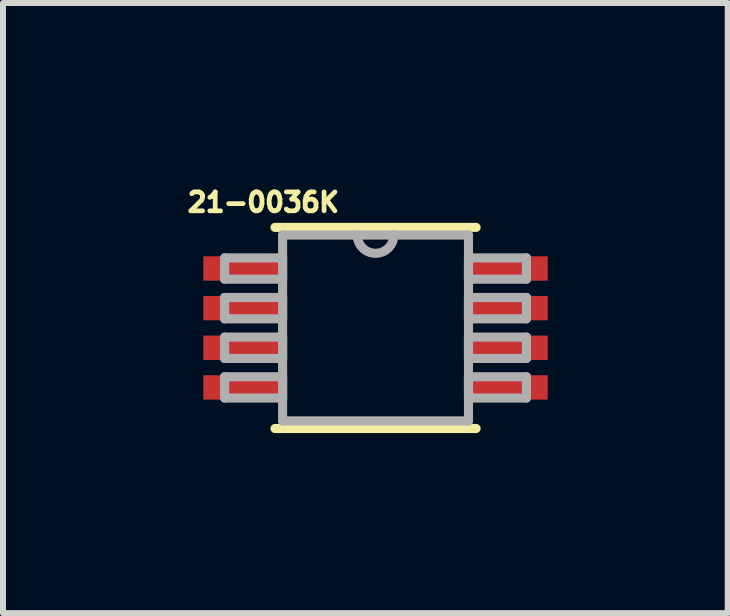
<source format=kicad_pcb>
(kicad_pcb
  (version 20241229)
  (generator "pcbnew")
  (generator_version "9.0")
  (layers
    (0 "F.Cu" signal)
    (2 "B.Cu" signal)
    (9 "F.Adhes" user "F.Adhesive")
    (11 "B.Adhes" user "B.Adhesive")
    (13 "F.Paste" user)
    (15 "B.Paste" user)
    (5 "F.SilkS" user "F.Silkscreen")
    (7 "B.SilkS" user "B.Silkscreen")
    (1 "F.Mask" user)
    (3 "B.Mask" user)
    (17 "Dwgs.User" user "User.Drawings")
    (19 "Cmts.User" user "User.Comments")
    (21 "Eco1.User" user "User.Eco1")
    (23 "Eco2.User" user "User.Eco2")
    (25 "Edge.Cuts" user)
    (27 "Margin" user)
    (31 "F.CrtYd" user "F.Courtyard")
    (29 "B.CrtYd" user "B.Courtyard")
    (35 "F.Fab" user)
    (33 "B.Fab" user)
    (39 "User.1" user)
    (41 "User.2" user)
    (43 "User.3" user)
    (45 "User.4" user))
  (footprint "21-0036K"
    (layer "F.Cu")
    (at 3.209 2.416)
    (property "Reference" "21-0036K" (at -1.87 -2.094 0) (layer "F.SilkS") (effects (font (size 0.315 0.315) (thickness 0.15))))
    (attr through_hole)
    (fp_line (start -1.676 1.676) (end 1.676 1.676) (stroke (width 0.152) (type solid)) (layer "F.SilkS"))
    (fp_line (start 1.676 -1.676) (end -1.676 -1.676) (stroke (width 0.152) (type solid)) (layer "F.SilkS"))
    (fp_line (start -2.515 -1.168) (end -2.515 -0.813) (stroke (width 0.152) (type solid)) (layer "F.Fab"))
    (fp_line (start -2.515 -0.813) (end -1.549 -0.813) (stroke (width 0.152) (type solid)) (layer "F.Fab"))
    (fp_line (start -2.515 -0.508) (end -2.515 -0.152) (stroke (width 0.152) (type solid)) (layer "F.Fab"))
    (fp_line (start -2.515 -0.152) (end -1.549 -0.152) (stroke (width 0.152) (type solid)) (layer "F.Fab"))
    (fp_line (start -2.515 0.152) (end -2.515 0.508) (stroke (width 0.152) (type solid)) (layer "F.Fab"))
    (fp_line (start -2.515 0.508) (end -1.549 0.508) (stroke (width 0.152) (type solid)) (layer "F.Fab"))
    (fp_line (start -2.515 0.813) (end -2.515 1.168) (stroke (width 0.152) (type solid)) (layer "F.Fab"))
    (fp_line (start -2.515 1.168) (end -1.549 1.168) (stroke (width 0.152) (type solid)) (layer "F.Fab"))
    (fp_line (start -1.549 -1.549) (end -1.549 1.549) (stroke (width 0.152) (type solid)) (layer "F.Fab"))
    (fp_line (start -1.549 -1.168) (end -2.515 -1.168) (stroke (width 0.152) (type solid)) (layer "F.Fab"))
    (fp_line (start -1.549 -0.813) (end -1.549 -1.168) (stroke (width 0.152) (type solid)) (layer "F.Fab"))
    (fp_line (start -1.549 -0.508) (end -2.515 -0.508) (stroke (width 0.152) (type solid)) (layer "F.Fab"))
    (fp_line (start -1.549 -0.152) (end -1.549 -0.508) (stroke (width 0.152) (type solid)) (layer "F.Fab"))
    (fp_line (start -1.549 0.152) (end -2.515 0.152) (stroke (width 0.152) (type solid)) (layer "F.Fab"))
    (fp_line (start -1.549 0.508) (end -1.549 0.152) (stroke (width 0.152) (type solid)) (layer "F.Fab"))
    (fp_line (start -1.549 0.813) (end -2.515 0.813) (stroke (width 0.152) (type solid)) (layer "F.Fab"))
    (fp_line (start -1.549 1.168) (end -1.549 0.813) (stroke (width 0.152) (type solid)) (layer "F.Fab"))
    (fp_line (start -1.549 1.549) (end 1.549 1.549) (stroke (width 0.152) (type solid)) (layer "F.Fab"))
    (fp_line (start -0.305 -1.549) (end -1.549 -1.549) (stroke (width 0.152) (type solid)) (layer "F.Fab"))
    (fp_line (start 0.305 -1.549) (end -0.305 -1.549) (stroke (width 0.152) (type solid)) (layer "F.Fab"))
    (fp_line (start 1.549 -1.549) (end 0.305 -1.549) (stroke (width 0.152) (type solid)) (layer "F.Fab"))
    (fp_line (start 1.549 -1.168) (end 1.549 -0.813) (stroke (width 0.152) (type solid)) (layer "F.Fab"))
    (fp_line (start 1.549 -0.813) (end 2.515 -0.813) (stroke (width 0.152) (type solid)) (layer "F.Fab"))
    (fp_line (start 1.549 -0.508) (end 1.549 -0.152) (stroke (width 0.152) (type solid)) (layer "F.Fab"))
    (fp_line (start 1.549 -0.152) (end 2.515 -0.152) (stroke (width 0.152) (type solid)) (layer "F.Fab"))
    (fp_line (start 1.549 0.152) (end 1.549 0.508) (stroke (width 0.152) (type solid)) (layer "F.Fab"))
    (fp_line (start 1.549 0.508) (end 2.515 0.508) (stroke (width 0.152) (type solid)) (layer "F.Fab"))
    (fp_line (start 1.549 0.813) (end 1.549 1.168) (stroke (width 0.152) (type solid)) (layer "F.Fab"))
    (fp_line (start 1.549 1.168) (end 2.515 1.168) (stroke (width 0.152) (type solid)) (layer "F.Fab"))
    (fp_line (start 1.549 1.549) (end 1.549 -1.549) (stroke (width 0.152) (type solid)) (layer "F.Fab"))
    (fp_line (start 2.515 -1.168) (end 1.549 -1.168) (stroke (width 0.152) (type solid)) (layer "F.Fab"))
    (fp_line (start 2.515 -0.813) (end 2.515 -1.168) (stroke (width 0.152) (type solid)) (layer "F.Fab"))
    (fp_line (start 2.515 -0.508) (end 1.549 -0.508) (stroke (width 0.152) (type solid)) (layer "F.Fab"))
    (fp_line (start 2.515 -0.152) (end 2.515 -0.508) (stroke (width 0.152) (type solid)) (layer "F.Fab"))
    (fp_line (start 2.515 0.152) (end 1.549 0.152) (stroke (width 0.152) (type solid)) (layer "F.Fab"))
    (fp_line (start 2.515 0.508) (end 2.515 0.152) (stroke (width 0.152) (type solid)) (layer "F.Fab"))
    (fp_line (start 2.515 0.813) (end 1.549 0.813) (stroke (width 0.152) (type solid)) (layer "F.Fab"))
    (fp_line (start 2.515 1.168) (end 2.515 0.813) (stroke (width 0.152) (type solid)) (layer "F.Fab"))
    (fp_arc (start 0.3048 -1.5494) (mid 0 -1.2446) (end -0.3048 -1.5494) (stroke (width 0.1524) (type solid)) (layer "F.Fab"))
    (pad "1" smd rect (at -2.184 -0.991) (size 1.372 0.406) (layers "F.Cu" "F.Mask" "F.Paste"))
    (pad "2" smd rect (at -2.184 -0.33) (size 1.372 0.406) (layers "F.Cu" "F.Mask" "F.Paste"))
    (pad "3" smd rect (at -2.184 0.33) (size 1.372 0.406) (layers "F.Cu" "F.Mask" "F.Paste"))
    (pad "4" smd rect (at -2.184 0.991) (size 1.372 0.406) (layers "F.Cu" "F.Mask" "F.Paste"))
    (pad "5" smd rect (at 2.184 0.991) (size 1.372 0.406) (layers "F.Cu" "F.Mask" "F.Paste"))
    (pad "6" smd rect (at 2.184 0.33) (size 1.372 0.406) (layers "F.Cu" "F.Mask" "F.Paste"))
    (pad "7" smd rect (at 2.184 -0.33) (size 1.372 0.406) (layers "F.Cu" "F.Mask" "F.Paste"))
    (pad "8" smd rect (at 2.184 -0.991) (size 1.372 0.406) (layers "F.Cu" "F.Mask" "F.Paste")))
  (gr_rect
    (start -3 -3)
    (end 9.079 7.169)
    (stroke (width 0.1) (type default))
    (fill no)
    (layer "Edge.Cuts")))
</source>
